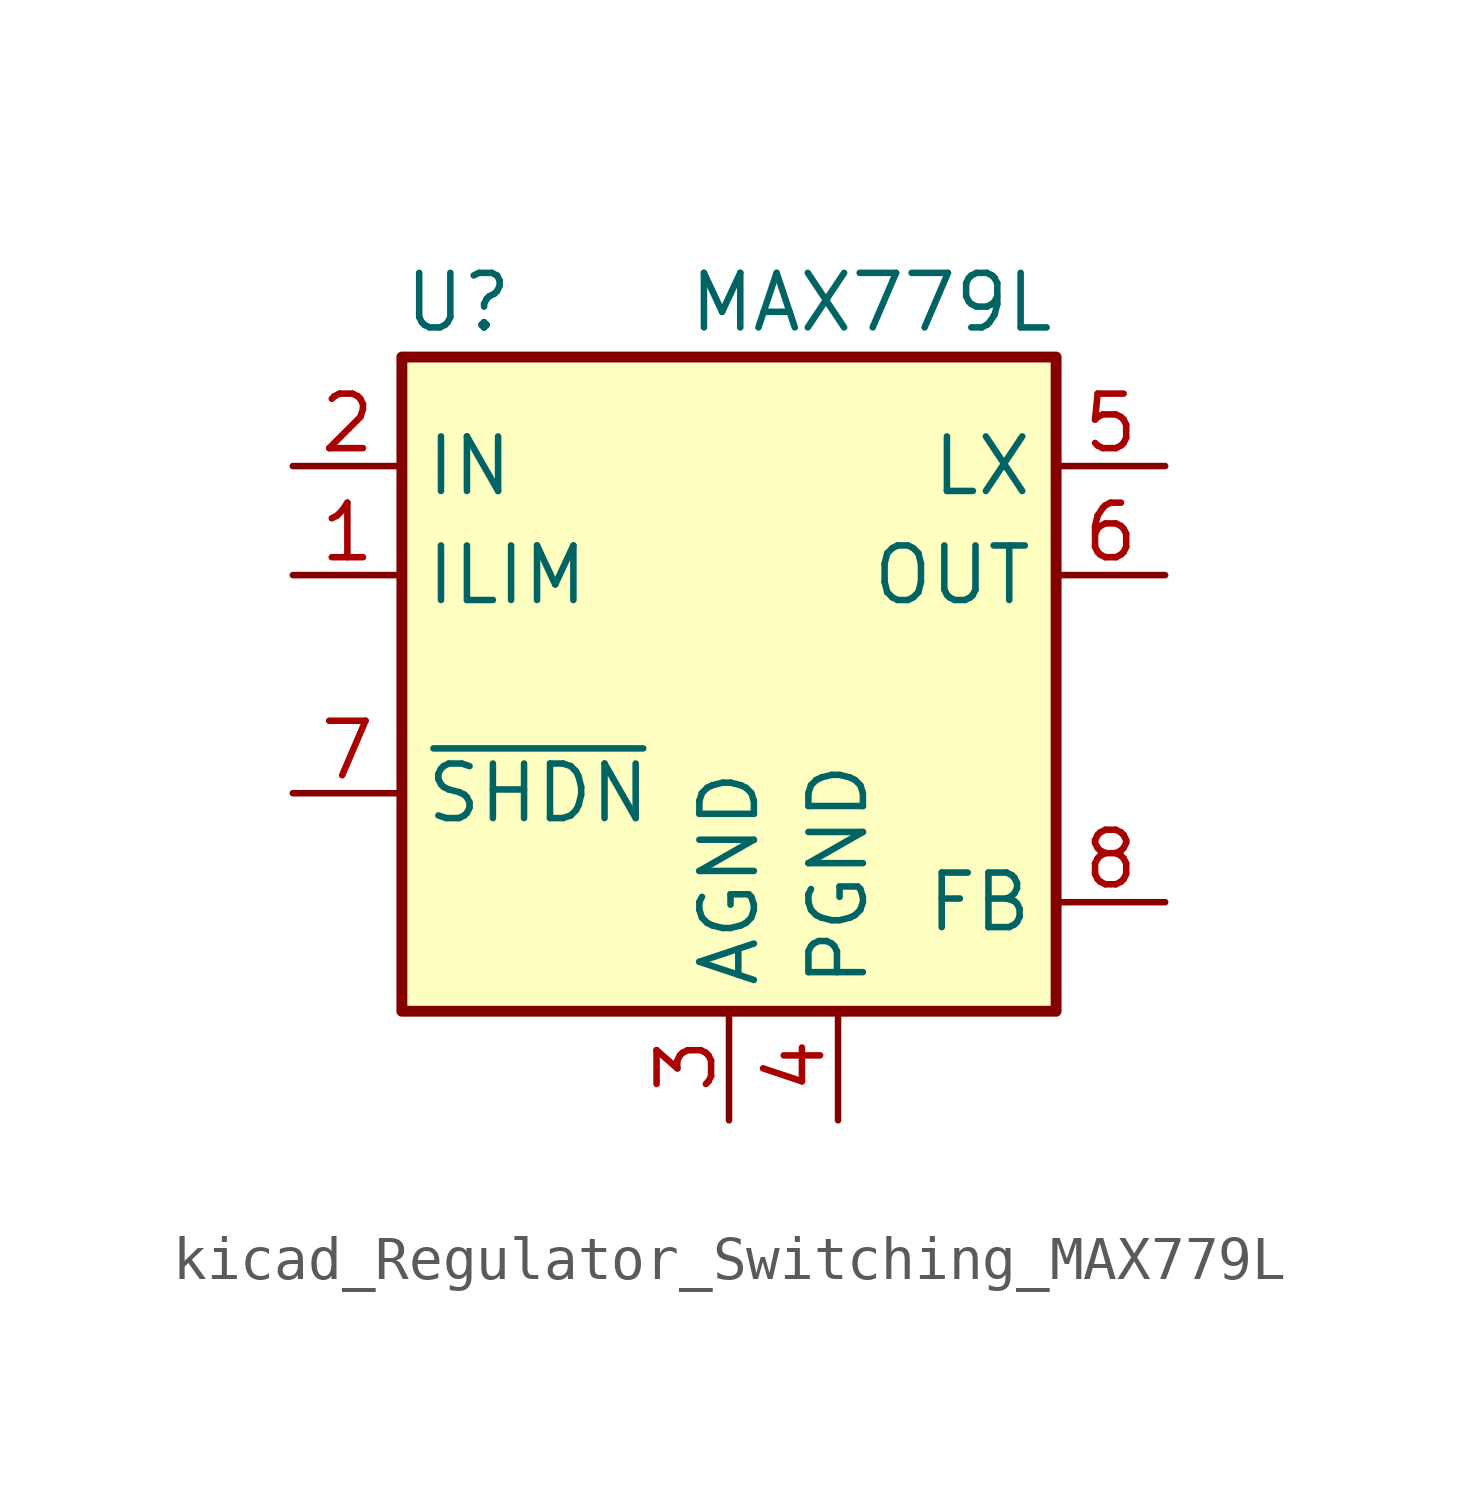
<source format=kicad_sym>
(kicad_symbol_lib
  (version 20220914)
  (generator kicad_symbol_editor)
  (symbol "kicad_Regulator_Switching_MAX779L"
    (property "Reference" "U"
      (at -7.62 8.89 0)
      (effects (font (size 1.27 1.27)) (justify left)))
    (property "Value" "MAX779L"
      (at 7.62 8.89 0)
      (effects (font (size 1.27 1.27)) (justify right)))
    (symbol "kicad_Regulator_Switching_MAX779L_0_1"
      (rectangle (start -7.62 7.62) (end 7.62 -7.62) (stroke (width 0.254) (type default)) (fill (type background))))
    (symbol "kicad_Regulator_Switching_MAX779L_1_1"
      (pin input line (at -10.16 2.54 0) (length 2.54) (name "ILIM" (effects (font (size 1.27 1.27)))) (number "1" (effects (font (size 1.27 1.27)))))
      (pin power_in line (at -10.16 5.08 0) (length 2.54) (name "IN" (effects (font (size 1.27 1.27)))) (number "2" (effects (font (size 1.27 1.27)))))
      (pin power_in line (at 0 -10.16 90) (length 2.54) (name "AGND" (effects (font (size 1.27 1.27)))) (number "3" (effects (font (size 1.27 1.27)))))
      (pin power_in line (at 2.54 -10.16 90) (length 2.54) (name "PGND" (effects (font (size 1.27 1.27)))) (number "4" (effects (font (size 1.27 1.27)))))
      (pin passive line (at 10.16 5.08 180) (length 2.54) (name "LX" (effects (font (size 1.27 1.27)))) (number "5" (effects (font (size 1.27 1.27)))))
      (pin power_out line (at 10.16 2.54 180) (length 2.54) (name "OUT" (effects (font (size 1.27 1.27)))) (number "6" (effects (font (size 1.27 1.27)))))
      (pin input line (at -10.16 -2.54 0) (length 2.54) (name "~{SHDN}" (effects (font (size 1.27 1.27)))) (number "7" (effects (font (size 1.27 1.27)))))
      (pin input line (at 10.16 -5.08 180) (length 2.54) (name "FB" (effects (font (size 1.27 1.27)))) (number "8" (effects (font (size 1.27 1.27))))))))
</source>
